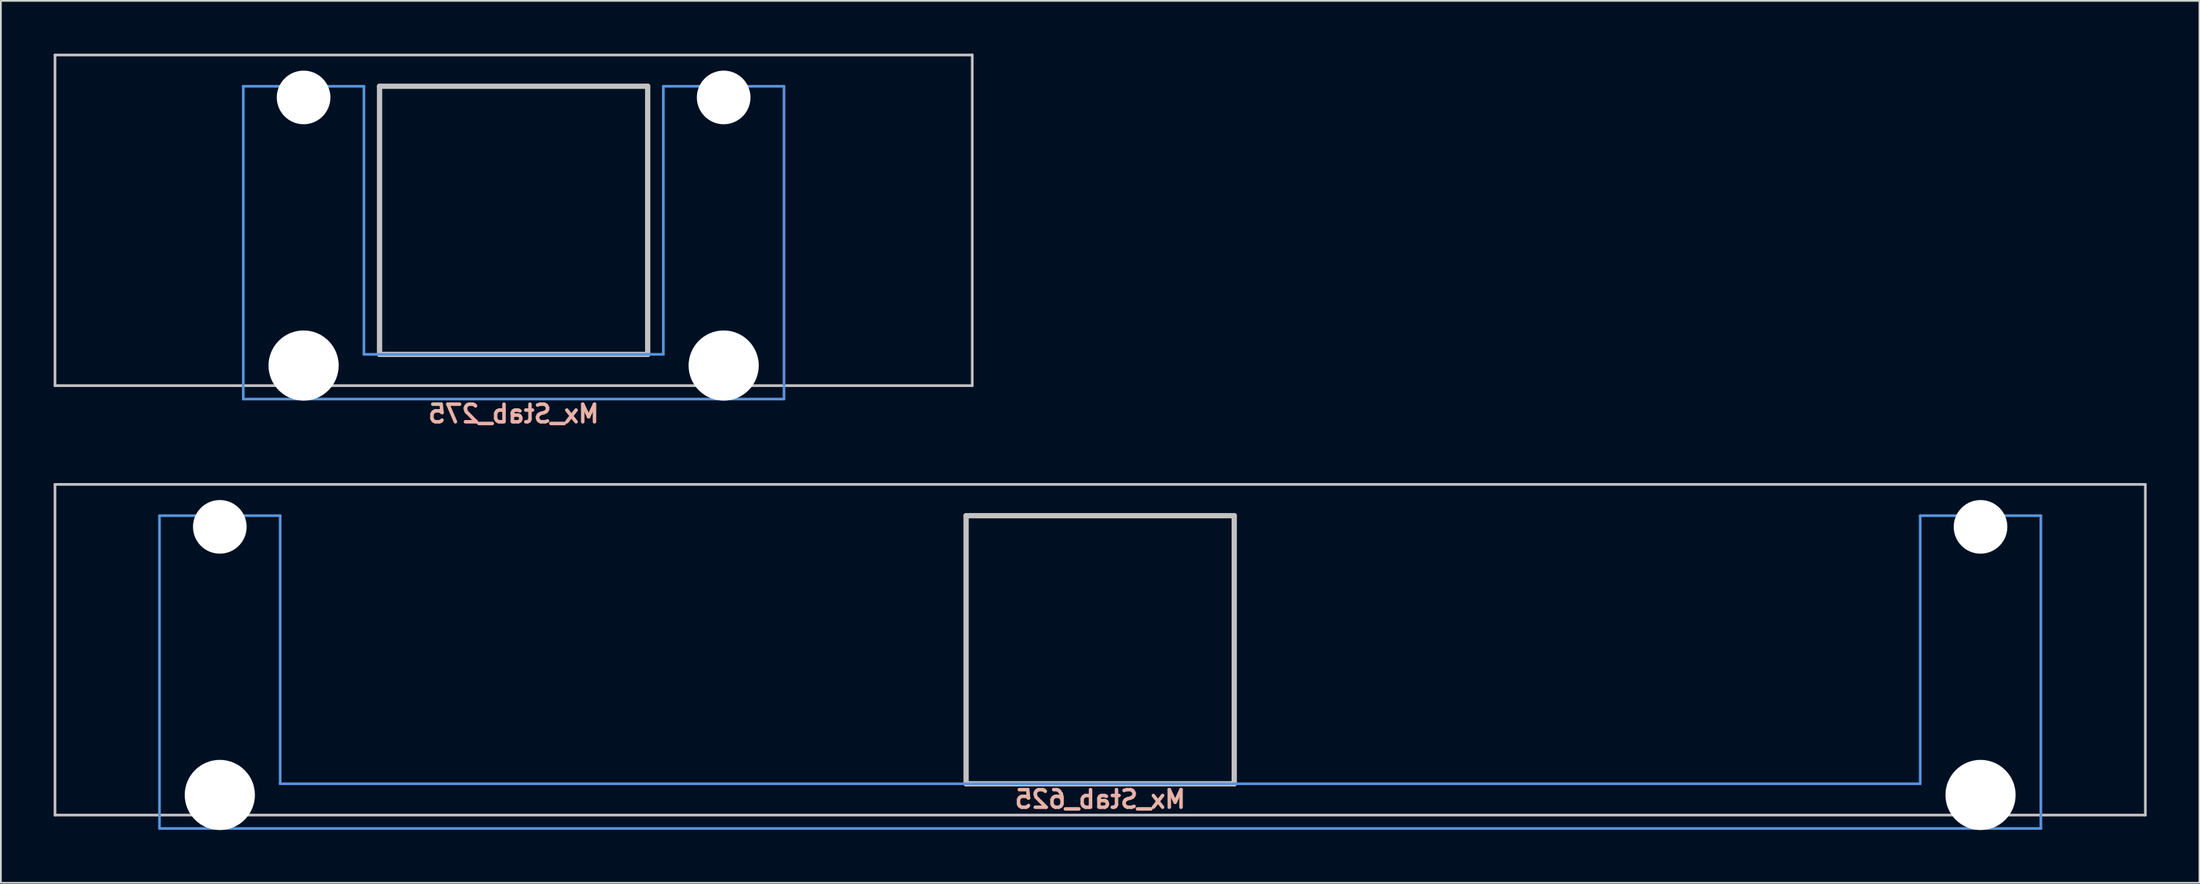
<source format=kicad_pcb>
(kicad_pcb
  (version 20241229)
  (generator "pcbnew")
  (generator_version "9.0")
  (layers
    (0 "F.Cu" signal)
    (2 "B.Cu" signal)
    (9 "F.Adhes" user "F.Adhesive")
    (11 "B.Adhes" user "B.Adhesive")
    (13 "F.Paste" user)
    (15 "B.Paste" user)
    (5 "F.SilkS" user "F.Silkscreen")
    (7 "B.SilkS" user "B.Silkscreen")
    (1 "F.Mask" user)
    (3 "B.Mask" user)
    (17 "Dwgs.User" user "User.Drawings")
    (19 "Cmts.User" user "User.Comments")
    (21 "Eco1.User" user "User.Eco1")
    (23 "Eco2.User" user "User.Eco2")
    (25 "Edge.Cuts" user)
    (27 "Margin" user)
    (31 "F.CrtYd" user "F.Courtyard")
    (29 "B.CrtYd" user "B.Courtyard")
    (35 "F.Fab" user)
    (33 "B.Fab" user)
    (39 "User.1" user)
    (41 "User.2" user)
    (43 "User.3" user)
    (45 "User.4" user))
  (footprint "Mx_Stab_275"
    (layer "F.Cu")
    (at 26.144 9.474)
    (property "Reference" "Mx_Stab_275" (at 0 11 0) (layer "B.SilkS") (effects (font (size 1 1) (thickness 0.2)) (justify mirror)))
    (attr through_hole)
    (fp_line (start -26.068 -9.398) (end 26.068 -9.398) (stroke (width 0.152) (type solid)) (layer "Dwgs.User"))
    (fp_line (start -26.068 9.398) (end -26.068 -9.398) (stroke (width 0.152) (type solid)) (layer "Dwgs.User"))
    (fp_line (start -7.62 -7.62) (end 7.62 -7.62) (stroke (width 0.3) (type solid)) (layer "Dwgs.User"))
    (fp_line (start -7.62 7.62) (end -7.62 -7.62) (stroke (width 0.3) (type solid)) (layer "Dwgs.User"))
    (fp_line (start 7.62 -7.62) (end 7.62 7.62) (stroke (width 0.3) (type solid)) (layer "Dwgs.User"))
    (fp_line (start 7.62 7.62) (end -7.62 7.62) (stroke (width 0.3) (type solid)) (layer "Dwgs.User"))
    (fp_line (start 26.068 -9.398) (end 26.068 9.398) (stroke (width 0.152) (type solid)) (layer "Dwgs.User"))
    (fp_line (start 26.068 9.398) (end -26.068 9.398) (stroke (width 0.152) (type solid)) (layer "Dwgs.User"))
    (fp_line (start -15.367 -7.62) (end -15.367 10.16) (stroke (width 0.152) (type solid)) (layer "Cmts.User"))
    (fp_line (start -15.367 10.16) (end 15.367 10.16) (stroke (width 0.152) (type solid)) (layer "Cmts.User"))
    (fp_line (start -8.509 -7.62) (end -15.367 -7.62) (stroke (width 0.152) (type solid)) (layer "Cmts.User"))
    (fp_line (start -8.509 7.62) (end -8.509 -7.62) (stroke (width 0.152) (type solid)) (layer "Cmts.User"))
    (fp_line (start 8.509 -7.62) (end 8.509 7.62) (stroke (width 0.152) (type solid)) (layer "Cmts.User"))
    (fp_line (start 8.509 7.62) (end -8.509 7.62) (stroke (width 0.152) (type solid)) (layer "Cmts.User"))
    (fp_line (start 15.367 -7.62) (end 8.509 -7.62) (stroke (width 0.152) (type solid)) (layer "Cmts.User"))
    (fp_line (start 15.367 10.16) (end 15.367 -7.62) (stroke (width 0.152) (type solid)) (layer "Cmts.User"))
    (fp_line (start -16.129 -2.286) (end -15.265 -2.286) (stroke (width 0.152) (type solid)) (layer "Eco2.User"))
    (fp_line (start -16.129 0.508) (end -16.129 -2.286) (stroke (width 0.152) (type solid)) (layer "Eco2.User"))
    (fp_line (start -15.265 -5.69) (end -8.611 -5.69) (stroke (width 0.152) (type solid)) (layer "Eco2.User"))
    (fp_line (start -15.265 -2.286) (end -15.265 -5.69) (stroke (width 0.152) (type solid)) (layer "Eco2.User"))
    (fp_line (start -15.265 0.508) (end -16.129 0.508) (stroke (width 0.152) (type solid)) (layer "Eco2.User"))
    (fp_line (start -15.265 6.604) (end -15.265 0.508) (stroke (width 0.152) (type solid)) (layer "Eco2.User"))
    (fp_line (start -14.224 6.604) (end -15.265 6.604) (stroke (width 0.152) (type solid)) (layer "Eco2.User"))
    (fp_line (start -14.224 7.772) (end -14.224 6.604) (stroke (width 0.152) (type solid)) (layer "Eco2.User"))
    (fp_line (start -9.652 6.604) (end -9.652 7.772) (stroke (width 0.152) (type solid)) (layer "Eco2.User"))
    (fp_line (start -9.652 7.772) (end -14.224 7.772) (stroke (width 0.152) (type solid)) (layer "Eco2.User"))
    (fp_line (start -8.611 -5.69) (end -8.611 -4.877) (stroke (width 0.152) (type solid)) (layer "Eco2.User"))
    (fp_line (start -8.611 -4.877) (end -6.985 -4.877) (stroke (width 0.152) (type solid)) (layer "Eco2.User"))
    (fp_line (start -8.611 5.817) (end -8.611 6.604) (stroke (width 0.152) (type solid)) (layer "Eco2.User"))
    (fp_line (start -8.611 6.604) (end -9.652 6.604) (stroke (width 0.152) (type solid)) (layer "Eco2.User"))
    (fp_line (start -6.985 -6.985) (end 6.985 -6.985) (stroke (width 0.152) (type solid)) (layer "Eco2.User"))
    (fp_line (start -6.985 -4.877) (end -6.985 -6.985) (stroke (width 0.152) (type solid)) (layer "Eco2.User"))
    (fp_line (start -6.985 5.817) (end -8.611 5.817) (stroke (width 0.152) (type solid)) (layer "Eco2.User"))
    (fp_line (start -6.985 6.985) (end -6.985 5.817) (stroke (width 0.152) (type solid)) (layer "Eco2.User"))
    (fp_line (start 6.985 -6.985) (end 6.985 -4.877) (stroke (width 0.152) (type solid)) (layer "Eco2.User"))
    (fp_line (start 6.985 -4.877) (end 8.611 -4.877) (stroke (width 0.152) (type solid)) (layer "Eco2.User"))
    (fp_line (start 6.985 5.817) (end 6.985 6.985) (stroke (width 0.152) (type solid)) (layer "Eco2.User"))
    (fp_line (start 6.985 6.985) (end -6.985 6.985) (stroke (width 0.152) (type solid)) (layer "Eco2.User"))
    (fp_line (start 8.611 -5.69) (end 15.265 -5.69) (stroke (width 0.152) (type solid)) (layer "Eco2.User"))
    (fp_line (start 8.611 -4.877) (end 8.611 -5.69) (stroke (width 0.152) (type solid)) (layer "Eco2.User"))
    (fp_line (start 8.611 5.817) (end 6.985 5.817) (stroke (width 0.152) (type solid)) (layer "Eco2.User"))
    (fp_line (start 8.611 6.604) (end 8.611 5.817) (stroke (width 0.152) (type solid)) (layer "Eco2.User"))
    (fp_line (start 9.652 6.604) (end 8.611 6.604) (stroke (width 0.152) (type solid)) (layer "Eco2.User"))
    (fp_line (start 9.652 7.772) (end 9.652 6.604) (stroke (width 0.152) (type solid)) (layer "Eco2.User"))
    (fp_line (start 14.224 6.604) (end 14.224 7.772) (stroke (width 0.152) (type solid)) (layer "Eco2.User"))
    (fp_line (start 14.224 7.772) (end 9.652 7.772) (stroke (width 0.152) (type solid)) (layer "Eco2.User"))
    (fp_line (start 15.265 -5.69) (end 15.265 -2.286) (stroke (width 0.152) (type solid)) (layer "Eco2.User"))
    (fp_line (start 15.265 -2.286) (end 16.129 -2.286) (stroke (width 0.152) (type solid)) (layer "Eco2.User"))
    (fp_line (start 15.265 0.508) (end 15.265 6.604) (stroke (width 0.152) (type solid)) (layer "Eco2.User"))
    (fp_line (start 15.265 6.604) (end 14.224 6.604) (stroke (width 0.152) (type solid)) (layer "Eco2.User"))
    (fp_line (start 16.129 -2.286) (end 16.129 0.508) (stroke (width 0.152) (type solid)) (layer "Eco2.User"))
    (fp_line (start 16.129 0.508) (end 15.265 0.508) (stroke (width 0.152) (type solid)) (layer "Eco2.User"))
    (pad "" np_thru_hole circle (at -11.938 -6.985) (size 3.048 3.048) (drill 3.048) (layers "*.Cu" "*.Mask"))
    (pad "" np_thru_hole circle (at -11.938 8.255) (size 3.988 3.988) (drill 3.988) (layers "*.Cu" "*.Mask"))
    (pad "" np_thru_hole circle (at 11.938 -6.985) (size 3.048 3.048) (drill 3.048) (layers "*.Cu" "*.Mask"))
    (pad "" np_thru_hole circle (at 11.938 8.255) (size 3.988 3.988) (drill 3.988) (layers "*.Cu" "*.Mask")))
  (footprint "Mx_Stab_625"
    (layer "F.Cu")
    (at 59.482 33.884)
    (property "Reference" "Mx_Stab_625" (at 0 8.5 0) (layer "B.SilkS") (effects (font (size 1 1) (thickness 0.2)) (justify mirror)))
    (attr through_hole)
    (fp_line (start -59.406 -9.398) (end 59.406 -9.398) (stroke (width 0.152) (type solid)) (layer "Dwgs.User"))
    (fp_line (start -59.406 9.398) (end -59.406 -9.398) (stroke (width 0.152) (type solid)) (layer "Dwgs.User"))
    (fp_line (start -7.62 -7.62) (end 7.62 -7.62) (stroke (width 0.3) (type solid)) (layer "Dwgs.User"))
    (fp_line (start -7.62 7.62) (end -7.62 -7.62) (stroke (width 0.3) (type solid)) (layer "Dwgs.User"))
    (fp_line (start 7.62 -7.62) (end 7.62 7.62) (stroke (width 0.3) (type solid)) (layer "Dwgs.User"))
    (fp_line (start 7.62 7.62) (end -7.62 7.62) (stroke (width 0.3) (type solid)) (layer "Dwgs.User"))
    (fp_line (start 59.406 -9.398) (end 59.406 9.398) (stroke (width 0.152) (type solid)) (layer "Dwgs.User"))
    (fp_line (start 59.406 9.398) (end -59.406 9.398) (stroke (width 0.152) (type solid)) (layer "Dwgs.User"))
    (fp_line (start -53.467 -7.62) (end -53.467 10.16) (stroke (width 0.152) (type solid)) (layer "Cmts.User"))
    (fp_line (start -53.467 10.16) (end 53.467 10.16) (stroke (width 0.152) (type solid)) (layer "Cmts.User"))
    (fp_line (start -46.609 -7.62) (end -53.467 -7.62) (stroke (width 0.152) (type solid)) (layer "Cmts.User"))
    (fp_line (start -46.609 7.62) (end -46.609 -7.62) (stroke (width 0.152) (type solid)) (layer "Cmts.User"))
    (fp_line (start 46.609 -7.62) (end 46.609 7.62) (stroke (width 0.152) (type solid)) (layer "Cmts.User"))
    (fp_line (start 46.609 7.62) (end -46.609 7.62) (stroke (width 0.152) (type solid)) (layer "Cmts.User"))
    (fp_line (start 53.467 -7.62) (end 46.609 -7.62) (stroke (width 0.152) (type solid)) (layer "Cmts.User"))
    (fp_line (start 53.467 10.16) (end 53.467 -7.62) (stroke (width 0.152) (type solid)) (layer "Cmts.User"))
    (fp_line (start -54.229 -2.286) (end -53.365 -2.286) (stroke (width 0.152) (type solid)) (layer "Eco2.User"))
    (fp_line (start -54.229 0.508) (end -54.229 -2.286) (stroke (width 0.152) (type solid)) (layer "Eco2.User"))
    (fp_line (start -53.365 -5.69) (end -46.711 -5.69) (stroke (width 0.152) (type solid)) (layer "Eco2.User"))
    (fp_line (start -53.365 -2.286) (end -53.365 -5.69) (stroke (width 0.152) (type solid)) (layer "Eco2.User"))
    (fp_line (start -53.365 0.508) (end -54.229 0.508) (stroke (width 0.152) (type solid)) (layer "Eco2.User"))
    (fp_line (start -53.365 6.604) (end -53.365 0.508) (stroke (width 0.152) (type solid)) (layer "Eco2.User"))
    (fp_line (start -52.324 6.604) (end -53.365 6.604) (stroke (width 0.152) (type solid)) (layer "Eco2.User"))
    (fp_line (start -52.324 7.772) (end -52.324 6.604) (stroke (width 0.152) (type solid)) (layer "Eco2.User"))
    (fp_line (start -47.752 6.604) (end -47.752 7.772) (stroke (width 0.152) (type solid)) (layer "Eco2.User"))
    (fp_line (start -47.752 7.772) (end -52.324 7.772) (stroke (width 0.152) (type solid)) (layer "Eco2.User"))
    (fp_line (start -46.711 -5.69) (end -46.711 -2.286) (stroke (width 0.152) (type solid)) (layer "Eco2.User"))
    (fp_line (start -46.711 -2.286) (end -6.985 -2.286) (stroke (width 0.152) (type solid)) (layer "Eco2.User"))
    (fp_line (start -46.711 2.286) (end -46.711 6.604) (stroke (width 0.152) (type solid)) (layer "Eco2.User"))
    (fp_line (start -46.711 6.604) (end -47.752 6.604) (stroke (width 0.152) (type solid)) (layer "Eco2.User"))
    (fp_line (start -6.985 -6.985) (end 6.985 -6.985) (stroke (width 0.152) (type solid)) (layer "Eco2.User"))
    (fp_line (start -6.985 -2.286) (end -6.985 -6.985) (stroke (width 0.152) (type solid)) (layer "Eco2.User"))
    (fp_line (start -6.985 2.286) (end -46.711 2.286) (stroke (width 0.152) (type solid)) (layer "Eco2.User"))
    (fp_line (start -6.985 6.985) (end -6.985 2.286) (stroke (width 0.152) (type solid)) (layer "Eco2.User"))
    (fp_line (start 6.985 -6.985) (end 6.985 -2.286) (stroke (width 0.152) (type solid)) (layer "Eco2.User"))
    (fp_line (start 6.985 -2.286) (end 46.711 -2.286) (stroke (width 0.152) (type solid)) (layer "Eco2.User"))
    (fp_line (start 6.985 2.286) (end 6.985 6.985) (stroke (width 0.152) (type solid)) (layer "Eco2.User"))
    (fp_line (start 6.985 6.985) (end -6.985 6.985) (stroke (width 0.152) (type solid)) (layer "Eco2.User"))
    (fp_line (start 46.711 -5.69) (end 53.365 -5.69) (stroke (width 0.152) (type solid)) (layer "Eco2.User"))
    (fp_line (start 46.711 -2.286) (end 46.711 -5.69) (stroke (width 0.152) (type solid)) (layer "Eco2.User"))
    (fp_line (start 46.711 2.286) (end 6.985 2.286) (stroke (width 0.152) (type solid)) (layer "Eco2.User"))
    (fp_line (start 46.711 6.604) (end 46.711 2.286) (stroke (width 0.152) (type solid)) (layer "Eco2.User"))
    (fp_line (start 47.752 6.604) (end 46.711 6.604) (stroke (width 0.152) (type solid)) (layer "Eco2.User"))
    (fp_line (start 47.752 7.772) (end 47.752 6.604) (stroke (width 0.152) (type solid)) (layer "Eco2.User"))
    (fp_line (start 52.324 6.604) (end 52.324 7.772) (stroke (width 0.152) (type solid)) (layer "Eco2.User"))
    (fp_line (start 52.324 7.772) (end 47.752 7.772) (stroke (width 0.152) (type solid)) (layer "Eco2.User"))
    (fp_line (start 53.365 -5.69) (end 53.365 -2.286) (stroke (width 0.152) (type solid)) (layer "Eco2.User"))
    (fp_line (start 53.365 -2.286) (end 54.229 -2.286) (stroke (width 0.152) (type solid)) (layer "Eco2.User"))
    (fp_line (start 53.365 0.508) (end 53.365 6.604) (stroke (width 0.152) (type solid)) (layer "Eco2.User"))
    (fp_line (start 53.365 6.604) (end 52.324 6.604) (stroke (width 0.152) (type solid)) (layer "Eco2.User"))
    (fp_line (start 54.229 -2.286) (end 54.229 0.508) (stroke (width 0.152) (type solid)) (layer "Eco2.User"))
    (fp_line (start 54.229 0.508) (end 53.365 0.508) (stroke (width 0.152) (type solid)) (layer "Eco2.User"))
    (pad "" np_thru_hole circle (at -50.038 -6.985) (size 3.048 3.048) (drill 3.048) (layers "*.Cu" "*.Mask"))
    (pad "" np_thru_hole circle (at -50.038 8.255) (size 3.988 3.988) (drill 3.988) (layers "*.Cu" "*.Mask"))
    (pad "" np_thru_hole circle (at 50.038 -6.985) (size 3.048 3.048) (drill 3.048) (layers "*.Cu" "*.Mask"))
    (pad "" np_thru_hole circle (at 50.038 8.255) (size 3.988 3.988) (drill 3.988) (layers "*.Cu" "*.Mask")))
  (gr_rect
    (start -3 -3)
    (end 121.963 47.133)
    (stroke (width 0.1) (type default))
    (fill no)
    (layer "Edge.Cuts")))
</source>
